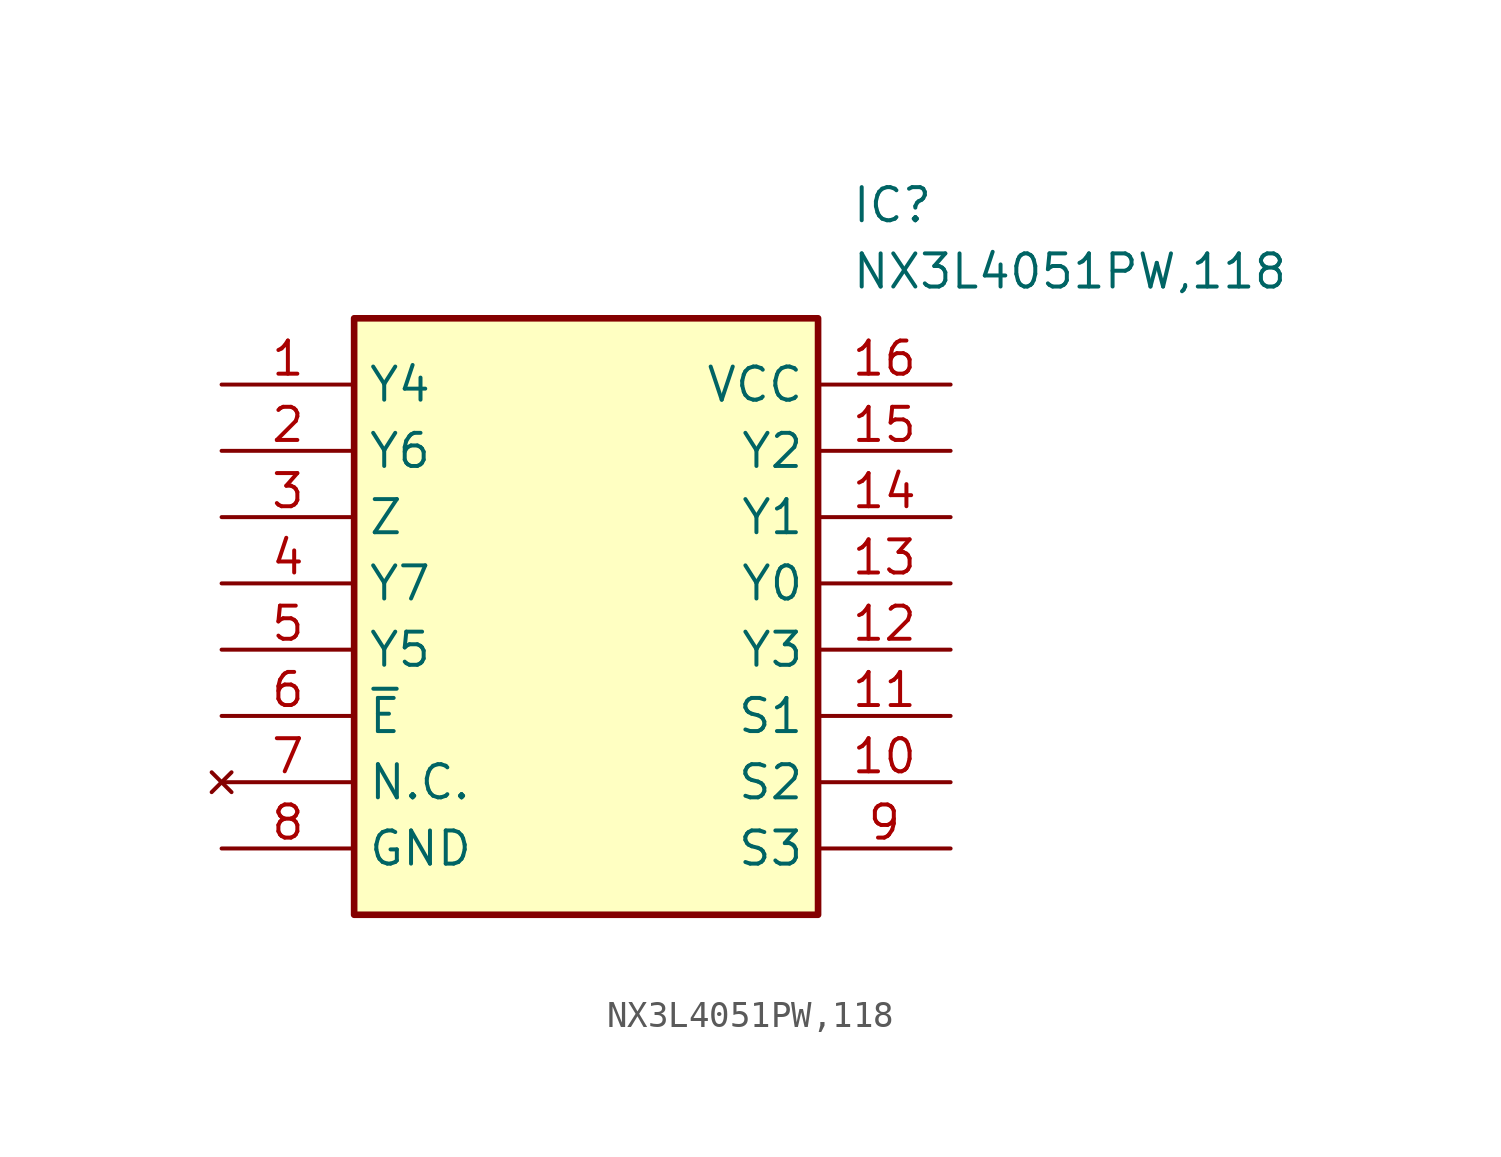
<source format=kicad_sym>
(kicad_symbol_lib
  (version 20211014)
  (generator SamacSys_ECAD_Model)
  (symbol "NX3L4051PW,118"
    (property "Reference" "IC"
      (at 24.13 7.62 0)
      (effects (font (size 1.27 1.27)) (justify left top)))
    (property "Value" "NX3L4051PW,118"
      (at 24.13 5.08 0)
      (effects (font (size 1.27 1.27)) (justify left top)))
    (rectangle
      (start 5.08 2.54)
      (end 22.86 -20.32)
      (stroke (width 0.254) (type default))
      (fill (type background)))
    (pin passive line
      (at 0 0 0)
      (length 5.08)
      (name "Y4" (effects (font (size 1.27 1.27))))
      (number "1" (effects (font (size 1.27 1.27)))))
    (pin passive line
      (at 0 -2.54 0)
      (length 5.08)
      (name "Y6" (effects (font (size 1.27 1.27))))
      (number "2" (effects (font (size 1.27 1.27)))))
    (pin passive line
      (at 0 -5.08 0)
      (length 5.08)
      (name "Z" (effects (font (size 1.27 1.27))))
      (number "3" (effects (font (size 1.27 1.27)))))
    (pin passive line
      (at 0 -7.62 0)
      (length 5.08)
      (name "Y7" (effects (font (size 1.27 1.27))))
      (number "4" (effects (font (size 1.27 1.27)))))
    (pin passive line
      (at 0 -10.16 0)
      (length 5.08)
      (name "Y5" (effects (font (size 1.27 1.27))))
      (number "5" (effects (font (size 1.27 1.27)))))
    (pin passive line
      (at 0 -12.7 0)
      (length 5.08)
      (name "~{E}" (effects (font (size 1.27 1.27))))
      (number "6" (effects (font (size 1.27 1.27)))))
    (pin no_connect line
      (at 0 -15.24 0)
      (length 5.08)
      (name "N.C." (effects (font (size 1.27 1.27))))
      (number "7" (effects (font (size 1.27 1.27)))))
    (pin passive line
      (at 0 -17.78 0)
      (length 5.08)
      (name "GND" (effects (font (size 1.27 1.27))))
      (number "8" (effects (font (size 1.27 1.27)))))
    (pin passive line
      (at 27.94 0 180)
      (length 5.08)
      (name "VCC" (effects (font (size 1.27 1.27))))
      (number "16" (effects (font (size 1.27 1.27)))))
    (pin passive line
      (at 27.94 -2.54 180)
      (length 5.08)
      (name "Y2" (effects (font (size 1.27 1.27))))
      (number "15" (effects (font (size 1.27 1.27)))))
    (pin passive line
      (at 27.94 -5.08 180)
      (length 5.08)
      (name "Y1" (effects (font (size 1.27 1.27))))
      (number "14" (effects (font (size 1.27 1.27)))))
    (pin passive line
      (at 27.94 -7.62 180)
      (length 5.08)
      (name "Y0" (effects (font (size 1.27 1.27))))
      (number "13" (effects (font (size 1.27 1.27)))))
    (pin passive line
      (at 27.94 -10.16 180)
      (length 5.08)
      (name "Y3" (effects (font (size 1.27 1.27))))
      (number "12" (effects (font (size 1.27 1.27)))))
    (pin passive line
      (at 27.94 -12.7 180)
      (length 5.08)
      (name "S1" (effects (font (size 1.27 1.27))))
      (number "11" (effects (font (size 1.27 1.27)))))
    (pin passive line
      (at 27.94 -15.24 180)
      (length 5.08)
      (name "S2" (effects (font (size 1.27 1.27))))
      (number "10" (effects (font (size 1.27 1.27)))))
    (pin passive line
      (at 27.94 -17.78 180)
      (length 5.08)
      (name "S3" (effects (font (size 1.27 1.27))))
      (number "9" (effects (font (size 1.27 1.27)))))))
</source>
